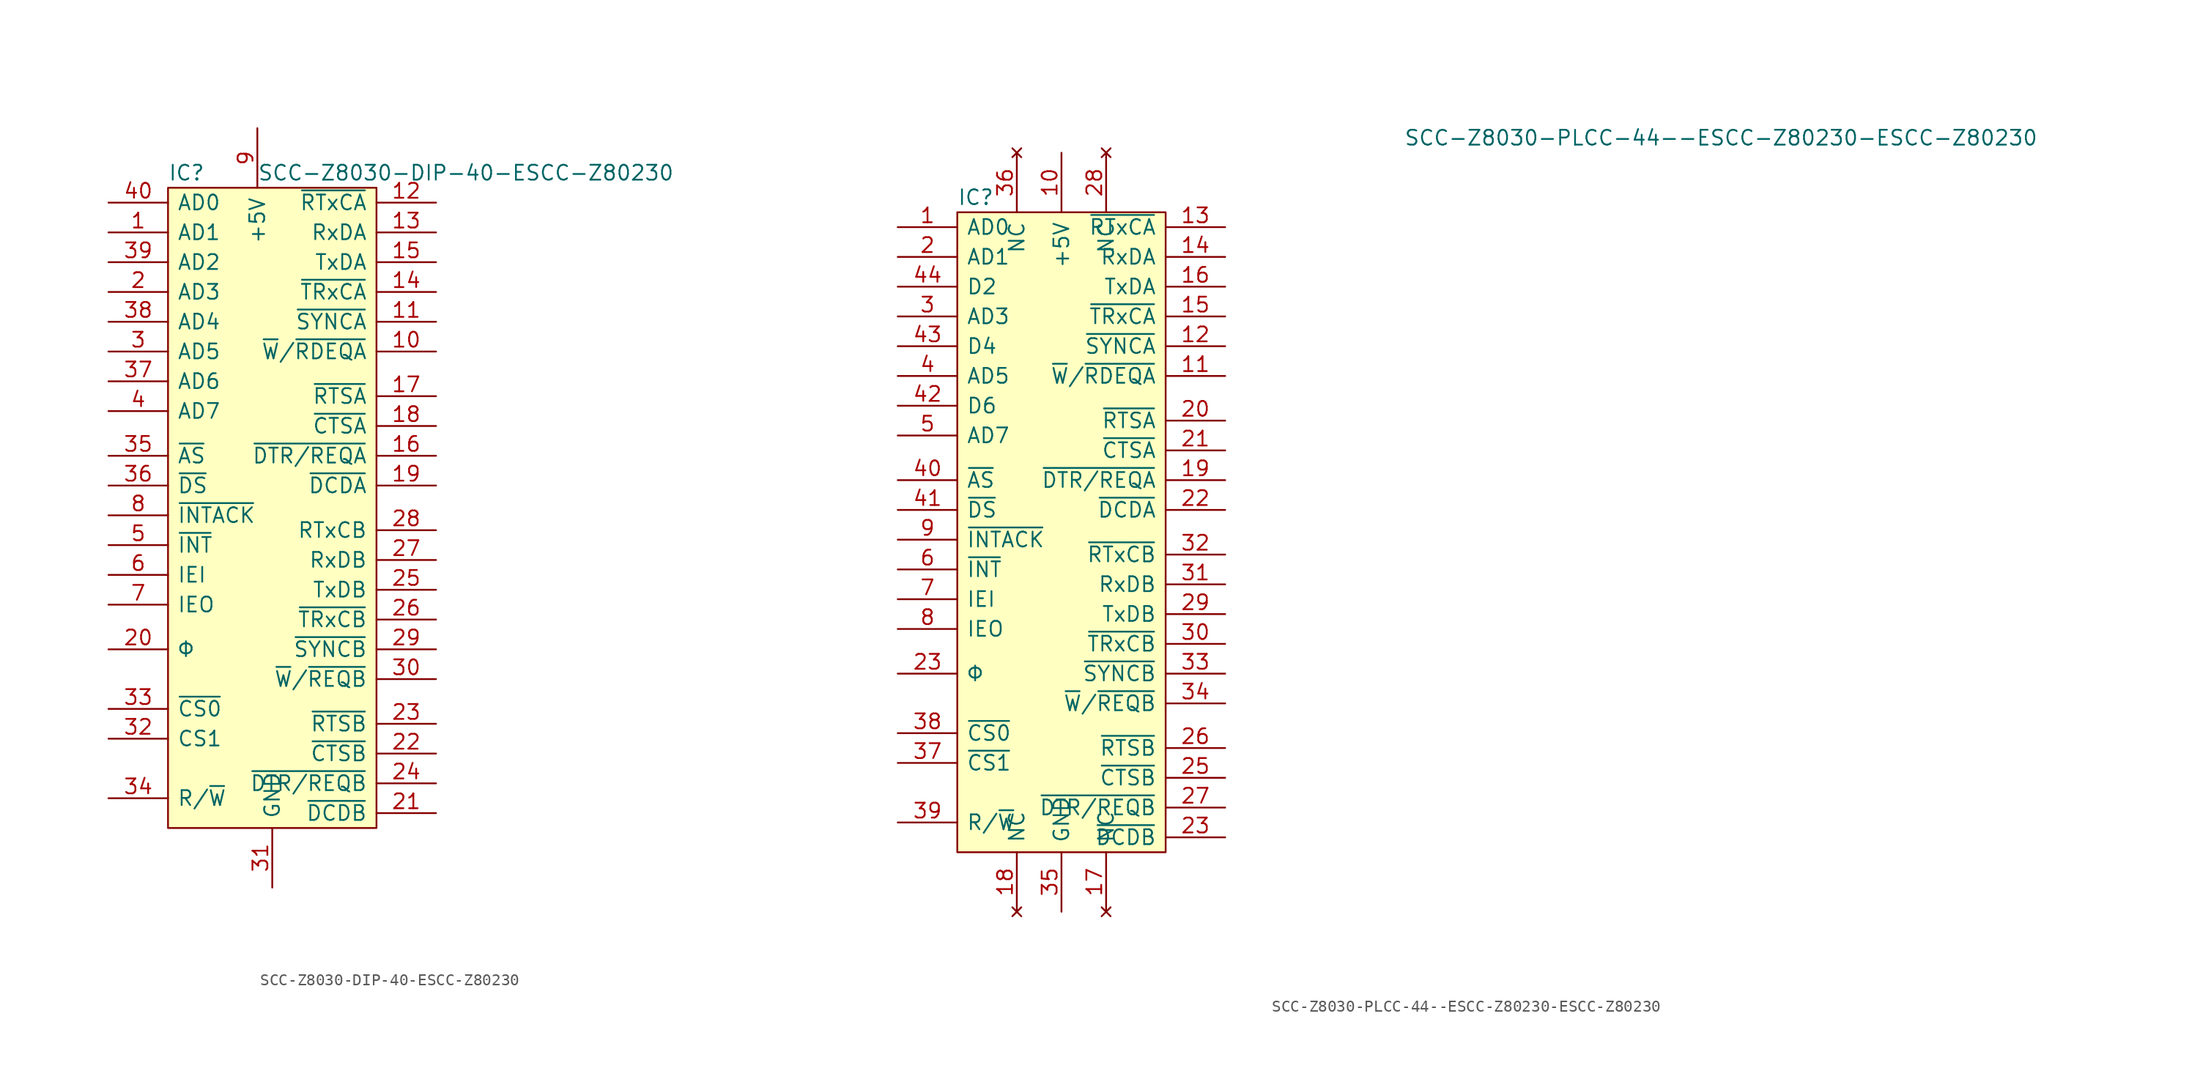
<source format=kicad_sym>
(kicad_symbol_lib
  (version 20220914)
  (generator kicad_symbol_editor)
  (symbol "SCC-Z8030-DIP-40-ESCC-Z80230"
    (pin_names
      (offset 0.762))
    (property "Reference" "IC"
      (at 0 1.27 0)
      (effects (font (size 1.27 1.27)) (justify left)))
    (property "Value" "SCC-Z8030-DIP-40-ESCC-Z80230"
      (at 7.62 1.27 0)
      (effects (font (size 1.27 1.27)) (justify left)))
    (symbol "SCC-Z8030-DIP-40-ESCC-Z80230_0_0"
      (pin bidirectional line (at -5.08 -3.81 0) (length 5.08) (name "AD1" (effects (font (size 1.27 1.27)))) (number "1" (effects (font (size 1.27 1.27)))))
      (pin output line (at 22.86 -13.97 180) (length 5.08) (name "~{W}/~{RDEQA}" (effects (font (size 1.27 1.27)))) (number "10" (effects (font (size 1.27 1.27)))))
      (pin bidirectional line (at 22.86 -11.43 180) (length 5.08) (name "~{SYNCA}" (effects (font (size 1.27 1.27)))) (number "11" (effects (font (size 1.27 1.27)))))
      (pin input line (at 22.86 -1.27 180) (length 5.08) (name "~{RTxCA}" (effects (font (size 1.27 1.27)))) (number "12" (effects (font (size 1.27 1.27)))))
      (pin input line (at 22.86 -3.81 180) (length 5.08) (name "RxDA" (effects (font (size 1.27 1.27)))) (number "13" (effects (font (size 1.27 1.27)))))
      (pin input line (at 22.86 -8.89 180) (length 5.08) (name "~{TRxCA}" (effects (font (size 1.27 1.27)))) (number "14" (effects (font (size 1.27 1.27)))))
      (pin output line (at 22.86 -6.35 180) (length 5.08) (name "TxDA" (effects (font (size 1.27 1.27)))) (number "15" (effects (font (size 1.27 1.27)))))
      (pin output line (at 22.86 -22.86 180) (length 5.08) (name "~{DTR/REQA}" (effects (font (size 1.27 1.27)))) (number "16" (effects (font (size 1.27 1.27)))))
      (pin output line (at 22.86 -17.78 180) (length 5.08) (name "~{RTSA}" (effects (font (size 1.27 1.27)))) (number "17" (effects (font (size 1.27 1.27)))))
      (pin input line (at 22.86 -20.32 180) (length 5.08) (name "~{CTSA}" (effects (font (size 1.27 1.27)))) (number "18" (effects (font (size 1.27 1.27)))))
      (pin input line (at 22.86 -25.4 180) (length 5.08) (name "~{DCDA}" (effects (font (size 1.27 1.27)))) (number "19" (effects (font (size 1.27 1.27)))))
      (pin bidirectional line (at -5.08 -8.89 0) (length 5.08) (name "AD3" (effects (font (size 1.27 1.27)))) (number "2" (effects (font (size 1.27 1.27)))))
      (pin input line (at -5.08 -39.37 0) (length 5.08) (name "Φ" (effects (font (size 1.27 1.27)))) (number "20" (effects (font (size 1.27 1.27)))))
      (pin input line (at 22.86 -53.34 180) (length 5.08) (name "~{DCDB}" (effects (font (size 1.27 1.27)))) (number "21" (effects (font (size 1.27 1.27)))))
      (pin input line (at 22.86 -48.26 180) (length 5.08) (name "~{CTSB}" (effects (font (size 1.27 1.27)))) (number "22" (effects (font (size 1.27 1.27)))))
      (pin output line (at 22.86 -45.72 180) (length 5.08) (name "~{RTSB}" (effects (font (size 1.27 1.27)))) (number "23" (effects (font (size 1.27 1.27)))))
      (pin output line (at 22.86 -50.8 180) (length 5.08) (name "~{DTR/REQB}" (effects (font (size 1.27 1.27)))) (number "24" (effects (font (size 1.27 1.27)))))
      (pin output line (at 22.86 -34.29 180) (length 5.08) (name "TxDB" (effects (font (size 1.27 1.27)))) (number "25" (effects (font (size 1.27 1.27)))))
      (pin bidirectional line (at 22.86 -36.83 180) (length 5.08) (name "~{TRxCB}" (effects (font (size 1.27 1.27)))) (number "26" (effects (font (size 1.27 1.27)))))
      (pin input line (at 22.86 -31.75 180) (length 5.08) (name "RxDB" (effects (font (size 1.27 1.27)))) (number "27" (effects (font (size 1.27 1.27)))))
      (pin input line (at 22.86 -29.21 180) (length 5.08) (name "RTxCB" (effects (font (size 1.27 1.27)))) (number "28" (effects (font (size 1.27 1.27)))))
      (pin bidirectional line (at 22.86 -39.37 180) (length 5.08) (name "~{SYNCB}" (effects (font (size 1.27 1.27)))) (number "29" (effects (font (size 1.27 1.27)))))
      (pin bidirectional line (at -5.08 -13.97 0) (length 5.08) (name "AD5" (effects (font (size 1.27 1.27)))) (number "3" (effects (font (size 1.27 1.27)))))
      (pin output line (at 22.86 -41.91 180) (length 5.08) (name "~{W}/~{REQB}" (effects (font (size 1.27 1.27)))) (number "30" (effects (font (size 1.27 1.27)))))
      (pin power_in line (at 8.89 -59.69 90) (length 5.08) (name "GND" (effects (font (size 1.27 1.27)))) (number "31" (effects (font (size 1.27 1.27)))))
      (pin input line (at -5.08 -46.99 0) (length 5.08) (name "CS1" (effects (font (size 1.27 1.27)))) (number "32" (effects (font (size 1.27 1.27)))))
      (pin input line (at -5.08 -44.45 0) (length 5.08) (name "~{CS0}" (effects (font (size 1.27 1.27)))) (number "33" (effects (font (size 1.27 1.27)))))
      (pin input line (at -5.08 -52.07 0) (length 5.08) (name "R/~{W}" (effects (font (size 1.27 1.27)))) (number "34" (effects (font (size 1.27 1.27)))))
      (pin input line (at -5.08 -22.86 0) (length 5.08) (name "~{AS}" (effects (font (size 1.27 1.27)))) (number "35" (effects (font (size 1.27 1.27)))))
      (pin input line (at -5.08 -25.4 0) (length 5.08) (name "~{DS}" (effects (font (size 1.27 1.27)))) (number "36" (effects (font (size 1.27 1.27)))))
      (pin bidirectional line (at -5.08 -16.51 0) (length 5.08) (name "AD6" (effects (font (size 1.27 1.27)))) (number "37" (effects (font (size 1.27 1.27)))))
      (pin bidirectional line (at -5.08 -11.43 0) (length 5.08) (name "AD4" (effects (font (size 1.27 1.27)))) (number "38" (effects (font (size 1.27 1.27)))))
      (pin bidirectional line (at -5.08 -6.35 0) (length 5.08) (name "AD2" (effects (font (size 1.27 1.27)))) (number "39" (effects (font (size 1.27 1.27)))))
      (pin bidirectional line (at -5.08 -19.05 0) (length 5.08) (name "AD7" (effects (font (size 1.27 1.27)))) (number "4" (effects (font (size 1.27 1.27)))))
      (pin bidirectional line (at -5.08 -1.27 0) (length 5.08) (name "AD0" (effects (font (size 1.27 1.27)))) (number "40" (effects (font (size 1.27 1.27)))))
      (pin input line (at -5.08 -30.48 0) (length 5.08) (name "~{INT}" (effects (font (size 1.27 1.27)))) (number "5" (effects (font (size 1.27 1.27)))))
      (pin input line (at -5.08 -33.02 0) (length 5.08) (name "IEI" (effects (font (size 1.27 1.27)))) (number "6" (effects (font (size 1.27 1.27)))))
      (pin output line (at -5.08 -35.56 0) (length 5.08) (name "IEO" (effects (font (size 1.27 1.27)))) (number "7" (effects (font (size 1.27 1.27)))))
      (pin input line (at -5.08 -27.94 0) (length 5.08) (name "~{INTACK}" (effects (font (size 1.27 1.27)))) (number "8" (effects (font (size 1.27 1.27)))))
      (pin power_in line (at 7.62 5.08 270) (length 5.08) (name "+5V" (effects (font (size 1.27 1.27)))) (number "9" (effects (font (size 1.27 1.27))))))
    (symbol "SCC-Z8030-DIP-40-ESCC-Z80230_0_1"
      (rectangle (start 0 0) (end 17.78 -54.61) (stroke (width 0) (type solid)) (fill (type background)))))
  (symbol "SCC-Z8030-PLCC-44--ESCC-Z80230-ESCC-Z80230"
    (pin_names
      (offset 0.762))
    (property "Reference" "IC"
      (at 0 1.27 0)
      (effects (font (size 1.27 1.27)) (justify left)))
    (property "Value" "SCC-Z8030-PLCC-44--ESCC-Z80230-ESCC-Z80230"
      (at 38.1 6.35 0)
      (effects (font (size 1.27 1.27)) (justify left)))
    (symbol "SCC-Z8030-PLCC-44--ESCC-Z80230-ESCC-Z80230_0_0"
      (pin bidirectional line (at -5.08 -1.27 0) (length 5.08) (name "AD0" (effects (font (size 1.27 1.27)))) (number "1" (effects (font (size 1.27 1.27)))))
      (pin power_in line (at 8.89 5.08 270) (length 5.08) (name "+5V" (effects (font (size 1.27 1.27)))) (number "10" (effects (font (size 1.27 1.27)))))
      (pin output line (at 22.86 -13.97 180) (length 5.08) (name "~{W}/~{RDEQA}" (effects (font (size 1.27 1.27)))) (number "11" (effects (font (size 1.27 1.27)))))
      (pin bidirectional line (at 22.86 -11.43 180) (length 5.08) (name "~{SYNCA}" (effects (font (size 1.27 1.27)))) (number "12" (effects (font (size 1.27 1.27)))))
      (pin input line (at 22.86 -1.27 180) (length 5.08) (name "~{RTxCA}" (effects (font (size 1.27 1.27)))) (number "13" (effects (font (size 1.27 1.27)))))
      (pin input line (at 22.86 -3.81 180) (length 5.08) (name "RxDA" (effects (font (size 1.27 1.27)))) (number "14" (effects (font (size 1.27 1.27)))))
      (pin input line (at 22.86 -8.89 180) (length 5.08) (name "~{TRxCA}" (effects (font (size 1.27 1.27)))) (number "15" (effects (font (size 1.27 1.27)))))
      (pin output line (at 22.86 -6.35 180) (length 5.08) (name "TxDA" (effects (font (size 1.27 1.27)))) (number "16" (effects (font (size 1.27 1.27)))))
      (pin no_connect line (at 12.7 -59.69 90) (length 5.08) (name "NC" (effects (font (size 1.27 1.27)))) (number "17" (effects (font (size 1.27 1.27)))))
      (pin no_connect line (at 5.08 -59.69 90) (length 5.08) (name "NC" (effects (font (size 1.27 1.27)))) (number "18" (effects (font (size 1.27 1.27)))))
      (pin output line (at 22.86 -22.86 180) (length 5.08) (name "~{DTR/REQA}" (effects (font (size 1.27 1.27)))) (number "19" (effects (font (size 1.27 1.27)))))
      (pin bidirectional line (at -5.08 -3.81 0) (length 5.08) (name "AD1" (effects (font (size 1.27 1.27)))) (number "2" (effects (font (size 1.27 1.27)))))
      (pin output line (at 22.86 -17.78 180) (length 5.08) (name "~{RTSA}" (effects (font (size 1.27 1.27)))) (number "20" (effects (font (size 1.27 1.27)))))
      (pin input line (at 22.86 -20.32 180) (length 5.08) (name "~{CTSA}" (effects (font (size 1.27 1.27)))) (number "21" (effects (font (size 1.27 1.27)))))
      (pin input line (at 22.86 -25.4 180) (length 5.08) (name "~{DCDA}" (effects (font (size 1.27 1.27)))) (number "22" (effects (font (size 1.27 1.27)))))
      (pin input line (at 22.86 -53.34 180) (length 5.08) (name "~{DCDB}" (effects (font (size 1.27 1.27)))) (number "23" (effects (font (size 1.27 1.27)))))
      (pin input line (at -5.08 -39.37 0) (length 5.08) (name "Φ" (effects (font (size 1.27 1.27)))) (number "23" (effects (font (size 1.27 1.27)))))
      (pin input line (at 22.86 -48.26 180) (length 5.08) (name "~{CTSB}" (effects (font (size 1.27 1.27)))) (number "25" (effects (font (size 1.27 1.27)))))
      (pin output line (at 22.86 -45.72 180) (length 5.08) (name "~{RTSB}" (effects (font (size 1.27 1.27)))) (number "26" (effects (font (size 1.27 1.27)))))
      (pin output line (at 22.86 -50.8 180) (length 5.08) (name "~{DTR/REQB}" (effects (font (size 1.27 1.27)))) (number "27" (effects (font (size 1.27 1.27)))))
      (pin no_connect line (at 12.7 5.08 270) (length 5.08) (name "NC" (effects (font (size 1.27 1.27)))) (number "28" (effects (font (size 1.27 1.27)))))
      (pin output line (at 22.86 -34.29 180) (length 5.08) (name "TxDB" (effects (font (size 1.27 1.27)))) (number "29" (effects (font (size 1.27 1.27)))))
      (pin bidirectional line (at -5.08 -8.89 0) (length 5.08) (name "AD3" (effects (font (size 1.27 1.27)))) (number "3" (effects (font (size 1.27 1.27)))))
      (pin bidirectional line (at 22.86 -36.83 180) (length 5.08) (name "~{TRxCB}" (effects (font (size 1.27 1.27)))) (number "30" (effects (font (size 1.27 1.27)))))
      (pin input line (at 22.86 -31.75 180) (length 5.08) (name "RxDB" (effects (font (size 1.27 1.27)))) (number "31" (effects (font (size 1.27 1.27)))))
      (pin input line (at 22.86 -29.21 180) (length 5.08) (name "~{RTxCB}" (effects (font (size 1.27 1.27)))) (number "32" (effects (font (size 1.27 1.27)))))
      (pin bidirectional line (at 22.86 -39.37 180) (length 5.08) (name "~{SYNCB}" (effects (font (size 1.27 1.27)))) (number "33" (effects (font (size 1.27 1.27)))))
      (pin output line (at 22.86 -41.91 180) (length 5.08) (name "~{W}/~{REQB}" (effects (font (size 1.27 1.27)))) (number "34" (effects (font (size 1.27 1.27)))))
      (pin power_in line (at 8.89 -59.69 90) (length 5.08) (name "GND" (effects (font (size 1.27 1.27)))) (number "35" (effects (font (size 1.27 1.27)))))
      (pin no_connect line (at 5.08 5.08 270) (length 5.08) (name "NC" (effects (font (size 1.27 1.27)))) (number "36" (effects (font (size 1.27 1.27)))))
      (pin input line (at -5.08 -46.99 0) (length 5.08) (name "~{CS1}" (effects (font (size 1.27 1.27)))) (number "37" (effects (font (size 1.27 1.27)))))
      (pin input line (at -5.08 -44.45 0) (length 5.08) (name "~{CS0}" (effects (font (size 1.27 1.27)))) (number "38" (effects (font (size 1.27 1.27)))))
      (pin input line (at -5.08 -52.07 0) (length 5.08) (name "R/~{W}" (effects (font (size 1.27 1.27)))) (number "39" (effects (font (size 1.27 1.27)))))
      (pin bidirectional line (at -5.08 -13.97 0) (length 5.08) (name "AD5" (effects (font (size 1.27 1.27)))) (number "4" (effects (font (size 1.27 1.27)))))
      (pin input line (at -5.08 -22.86 0) (length 5.08) (name "~{AS}" (effects (font (size 1.27 1.27)))) (number "40" (effects (font (size 1.27 1.27)))))
      (pin input line (at -5.08 -25.4 0) (length 5.08) (name "~{DS}" (effects (font (size 1.27 1.27)))) (number "41" (effects (font (size 1.27 1.27)))))
      (pin bidirectional line (at -5.08 -16.51 0) (length 5.08) (name "D6" (effects (font (size 1.27 1.27)))) (number "42" (effects (font (size 1.27 1.27)))))
      (pin bidirectional line (at -5.08 -11.43 0) (length 5.08) (name "D4" (effects (font (size 1.27 1.27)))) (number "43" (effects (font (size 1.27 1.27)))))
      (pin bidirectional line (at -5.08 -6.35 0) (length 5.08) (name "D2" (effects (font (size 1.27 1.27)))) (number "44" (effects (font (size 1.27 1.27)))))
      (pin bidirectional line (at -5.08 -19.05 0) (length 5.08) (name "AD7" (effects (font (size 1.27 1.27)))) (number "5" (effects (font (size 1.27 1.27)))))
      (pin input line (at -5.08 -30.48 0) (length 5.08) (name "~{INT}" (effects (font (size 1.27 1.27)))) (number "6" (effects (font (size 1.27 1.27)))))
      (pin input line (at -5.08 -33.02 0) (length 5.08) (name "IEI" (effects (font (size 1.27 1.27)))) (number "7" (effects (font (size 1.27 1.27)))))
      (pin output line (at -5.08 -35.56 0) (length 5.08) (name "IEO" (effects (font (size 1.27 1.27)))) (number "8" (effects (font (size 1.27 1.27)))))
      (pin input line (at -5.08 -27.94 0) (length 5.08) (name "~{INTACK}" (effects (font (size 1.27 1.27)))) (number "9" (effects (font (size 1.27 1.27))))))
    (symbol "SCC-Z8030-PLCC-44--ESCC-Z80230-ESCC-Z80230_0_1"
      (rectangle (start 0 0) (end 17.78 -54.61) (stroke (width 0) (type solid)) (fill (type background))))))
</source>
